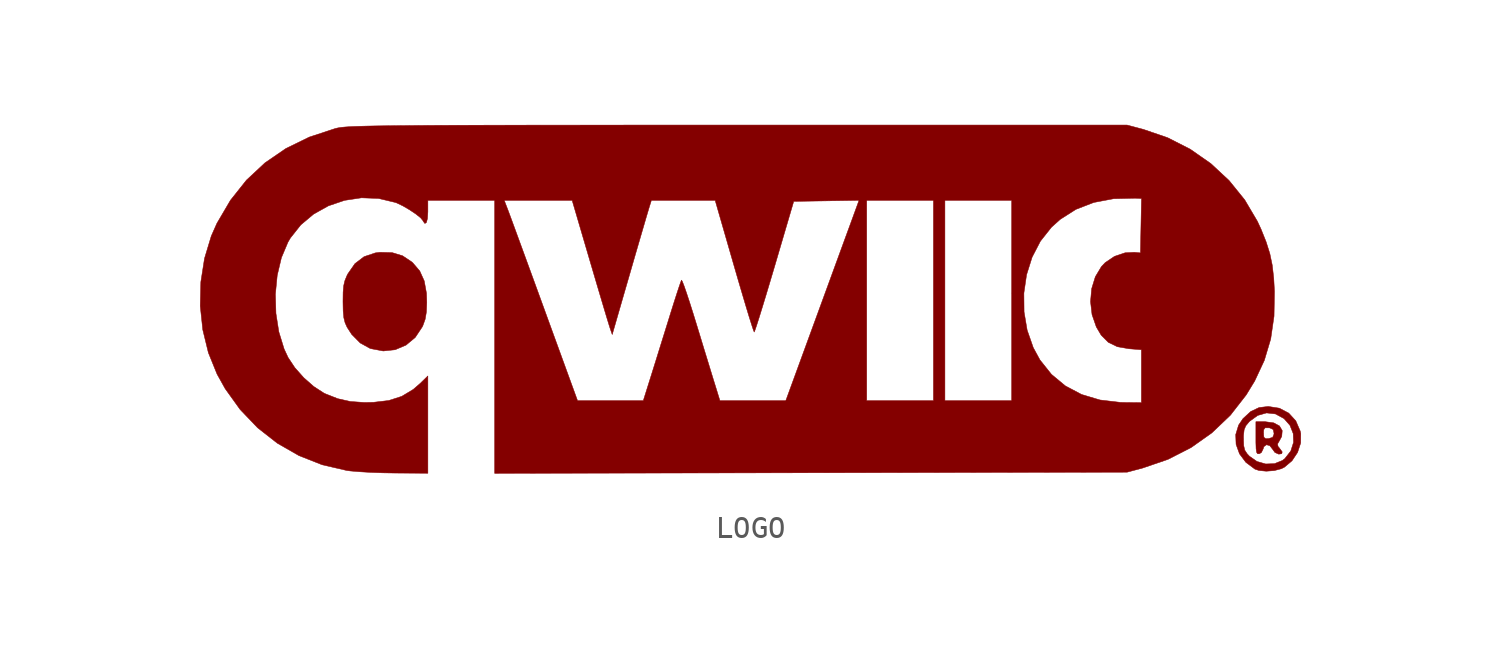
<source format=kicad_sym>
(kicad_symbol_lib
  (version 20210619)
  (generator bitmap2component)
  (symbol "LOGO"
    (pin_names
      (offset 1.016))
    (property "Reference" "#G"
      (at 0 7.324 0)
      (effects (font (size 1.27 1.27)) hide))
    (symbol "LOGO_0_0"
      (polyline (pts (xy 16.722 -7.658) (xy 17.426 -7.47) (xy 17.428 -7.469) (xy 18.537 -7.089) (xy 19.559 -6.567) (xy 20.485 -5.912) (xy 21.305 -5.13) (xy 22.008 -4.228) (xy 22.384 -3.612) (xy 22.811 -2.698) (xy 23.095 -1.748) (xy 23.242 -0.735) (xy 23.261 0.369) (xy 23.229 0.949) (xy 23.164 1.525) (xy 23.056 2.042) (xy 22.893 2.559) (xy 22.663 3.133) (xy 22.503 3.478) (xy 21.942 4.427) (xy 21.248 5.285) (xy 20.437 6.039) (xy 19.522 6.677) (xy 18.519 7.187) (xy 17.441 7.556) (xy 16.722 7.747) (xy -0.55 7.747) (xy -2.533 7.747) (xy -4.393 7.747) (xy -6.098 7.746) (xy -7.654 7.745) (xy -9.069 7.744) (xy -10.349 7.743) (xy -11.503 7.741) (xy -12.536 7.739) (xy -13.456 7.736) (xy -14.27 7.732) (xy -14.984 7.727) (xy -15.607 7.722) (xy -16.145 7.716) (xy -16.604 7.71) (xy -16.993 7.702) (xy -17.318 7.693) (xy -17.586 7.684) (xy -17.804 7.673) (xy -17.979 7.661) (xy -18.119 7.648) (xy -18.229 7.633) (xy -18.318 7.617) (xy -18.393 7.6) (xy -18.42 7.593) (xy -19.568 7.215) (xy -20.607 6.708) (xy -21.537 6.071) (xy -22.358 5.305) (xy -23.069 4.41) (xy -23.671 3.385) (xy -23.921 2.82) (xy -24.221 1.827) (xy -24.384 0.784) (xy -24.41 -0.281) (xy -24.298 -1.337) (xy -24.049 -2.356) (xy -23.663 -3.308) (xy -23.303 -3.954) (xy -22.639 -4.878) (xy -21.864 -5.688) (xy -20.991 -6.372) (xy -20.032 -6.922) (xy -19.001 -7.329) (xy -17.91 -7.582) (xy -17.744 -7.604) (xy -17.346 -7.638) (xy -16.853 -7.667) (xy -16.312 -7.687) (xy -15.769 -7.696) (xy -14.309 -7.705) (xy -14.309 -3.387) (xy -14.655 -3.723) (xy -14.958 -3.985) (xy -15.466 -4.291) (xy -16.043 -4.477) (xy -16.726 -4.557) (xy -17.122 -4.565) (xy -17.748 -4.521) (xy -18.31 -4.395) (xy -18.866 -4.175) (xy -18.929 -4.144) (xy -19.371 -3.857) (xy -19.816 -3.466) (xy -20.213 -3.02) (xy -20.513 -2.567) (xy -20.689 -2.188) (xy -20.922 -1.432) (xy -21.051 -0.609) (xy -21.075 0.241) (xy -20.994 1.077) (xy -20.808 1.861) (xy -20.517 2.551) (xy -20.409 2.736) (xy -19.948 3.317) (xy -19.377 3.796) (xy -18.721 4.162) (xy -18.005 4.405) (xy -17.254 4.518) (xy -16.493 4.489) (xy -15.748 4.311) (xy -15.681 4.286) (xy -15.413 4.157) (xy -15.119 3.985) (xy -14.845 3.801) (xy -14.634 3.633) (xy -14.531 3.511) (xy -14.521 3.485) (xy -14.442 3.378) (xy -14.374 3.422) (xy -14.327 3.6) (xy -14.309 3.895) (xy -14.309 4.403) (xy -11.345 4.403) (xy -10.919 4.403) (xy -7.905 4.403) (xy -7.115 1.714) (xy -6.997 1.314) (xy -6.809 0.677) (xy -6.636 0.095) (xy -6.485 -0.412) (xy -6.362 -0.822) (xy -6.273 -1.112) (xy -6.226 -1.262) (xy -6.127 -1.55) (xy -5.995 -1.093) (xy -5.88 -0.694) (xy -5.602 0.268) (xy -5.346 1.151) (xy -5.117 1.944) (xy -4.916 2.634) (xy -4.748 3.209) (xy -4.617 3.658) (xy -4.525 3.968) (xy -4.477 4.128) (xy -4.39 4.403) (xy -1.559 4.403) (xy -0.716 1.483) (xy -0.529 0.839) (xy -0.346 0.219) (xy -0.183 -0.329) (xy -0.044 -0.787) (xy 0.066 -1.136) (xy 0.14 -1.36) (xy 0.173 -1.438) (xy 0.204 -1.369) (xy 0.277 -1.155) (xy 0.386 -0.814) (xy 0.526 -0.363) (xy 0.691 0.178) (xy 0.875 0.792) (xy 1.074 1.46) (xy 1.927 4.36) (xy 3.376 4.383) (xy 4.826 4.407) (xy 4.824 4.403) (xy 5.165 4.403) (xy 8.128 4.403) (xy 8.636 4.403) (xy 11.599 4.403) (xy 11.599 0.288) (xy 12.141 0.288) (xy 12.261 1.105) (xy 12.506 1.883) (xy 12.875 2.594) (xy 13.364 3.211) (xy 13.756 3.563) (xy 14.454 4.007) (xy 15.245 4.312) (xy 16.123 4.478) (xy 17.084 4.501) (xy 17.361 4.487) (xy 17.314 2.074) (xy 17.044 2.1) (xy 16.631 2.078) (xy 16.163 1.92) (xy 15.748 1.641) (xy 15.581 1.464) (xy 15.312 1.015) (xy 15.149 0.485) (xy 15.099 -0.088) (xy 15.166 -0.666) (xy 15.355 -1.211) (xy 15.572 -1.578) (xy 15.887 -1.895) (xy 16.287 -2.089) (xy 16.804 -2.18) (xy 17.357 -2.224) (xy 17.357 -4.572) (xy 16.616 -4.565) (xy 16.424 -4.56) (xy 15.518 -4.453) (xy 14.702 -4.209) (xy 13.983 -3.829) (xy 13.366 -3.317) (xy 12.854 -2.676) (xy 12.557 -2.13) (xy 12.287 -1.357) (xy 12.149 -0.542) (xy 12.141 0.288) (xy 11.599 0.288) (xy 11.599 -4.487) (xy 8.636 -4.487) (xy 8.636 4.403) (xy 8.128 4.403) (xy 8.128 -4.487) (xy 5.165 -4.487) (xy 5.165 4.403) (xy 4.824 4.403) (xy 4.585 3.748) (xy 4.521 3.572) (xy 4.398 3.236) (xy 4.229 2.776) (xy 4.023 2.212) (xy 3.786 1.564) (xy 3.525 0.85) (xy 3.247 0.089) (xy 2.959 -0.699) (xy 1.574 -4.487) (xy -1.347 -4.487) (xy -1.589 -3.704) (xy -1.623 -3.596) (xy -1.736 -3.227) (xy -1.883 -2.747) (xy -2.054 -2.191) (xy -2.235 -1.596) (xy -2.418 -0.998) (xy -2.531 -0.631) (xy -2.688 -0.136) (xy -2.826 0.283) (xy -2.937 0.604) (xy -3.015 0.804) (xy -3.052 0.865) (xy -3.085 0.788) (xy -3.16 0.571) (xy -3.268 0.244) (xy -3.4 -0.167) (xy -3.547 -0.635) (xy -3.62 -0.871) (xy -3.813 -1.491) (xy -4.016 -2.142) (xy -4.208 -2.76) (xy -4.371 -3.281) (xy -4.75 -4.487) (xy -7.665 -4.487) (xy -9.137 -0.445) (xy -9.193 -0.29) (xy -9.483 0.506) (xy -9.759 1.262) (xy -10.014 1.96) (xy -10.243 2.585) (xy -10.438 3.118) (xy -10.594 3.543) (xy -10.705 3.843) (xy -10.764 4) (xy -10.919 4.403) (xy -11.345 4.403) (xy -11.345 -7.709) (xy 16.722 -7.658)) (stroke (width 0.01)) (fill (type outline)))
      (polyline (pts (xy 23.253 -7.587) (xy 23.565 -7.505) (xy 23.706 -7.434) (xy 24.038 -7.154) (xy 24.287 -6.781) (xy 24.425 -6.361) (xy 24.428 -5.942) (xy 24.403 -5.83) (xy 24.208 -5.379) (xy 23.894 -5.036) (xy 23.48 -4.818) (xy 22.986 -4.741) (xy 22.577 -4.79) (xy 22.21 -4.963) (xy 21.865 -5.28) (xy 21.67 -5.569) (xy 21.542 -5.989) (xy 21.549 -6.185) (xy 21.886 -6.185) (xy 21.889 -6.014) (xy 21.916 -5.771) (xy 21.991 -5.596) (xy 22.137 -5.422) (xy 22.163 -5.396) (xy 22.519 -5.139) (xy 22.91 -5.028) (xy 23.301 -5.072) (xy 23.308 -5.074) (xy 23.686 -5.28) (xy 23.95 -5.581) (xy 24.093 -5.944) (xy 24.108 -6.335) (xy 23.986 -6.717) (xy 23.721 -7.056) (xy 23.615 -7.138) (xy 23.264 -7.279) (xy 22.872 -7.293) (xy 22.485 -7.182) (xy 22.15 -6.949) (xy 22.048 -6.84) (xy 21.943 -6.68) (xy 21.897 -6.483) (xy 21.886 -6.185) (xy 21.549 -6.185) (xy 21.558 -6.424) (xy 21.71 -6.844) (xy 21.991 -7.22) (xy 22.394 -7.522) (xy 22.572 -7.582) (xy 22.898 -7.614) (xy 23.253 -7.587)) (stroke (width 0.01)) (fill (type outline)))
      (polyline (pts (xy -15.761 -2.224) (xy -15.28 -2.02) (xy -14.87 -1.679) (xy -14.557 -1.209) (xy -14.53 -1.152) (xy -14.428 -0.868) (xy -14.374 -0.548) (xy -14.357 -0.127) (xy -14.37 0.28) (xy -14.469 0.827) (xy -14.669 1.271) (xy -14.98 1.635) (xy -15.019 1.67) (xy -15.432 1.946) (xy -15.89 2.085) (xy -16.435 2.1) (xy -16.641 2.074) (xy -17.138 1.907) (xy -17.545 1.597) (xy -17.86 1.144) (xy -17.904 1.056) (xy -17.993 0.838) (xy -18.046 0.611) (xy -18.07 0.322) (xy -18.075 -0.083) (xy -18.075 -0.094) (xy -18.067 -0.508) (xy -18.039 -0.802) (xy -17.983 -1.026) (xy -17.892 -1.228) (xy -17.687 -1.545) (xy -17.312 -1.923) (xy -16.879 -2.162) (xy -16.842 -2.175) (xy -16.29 -2.279) (xy -15.761 -2.224)) (stroke (width 0.01)) (fill (type outline)))
      (polyline (pts (xy 23.584 -6.838) (xy 23.605 -6.757) (xy 23.487 -6.595) (xy 23.419 -6.512) (xy 23.399 -6.404) (xy 23.487 -6.252) (xy 23.584 -6.07) (xy 23.606 -5.813) (xy 23.484 -5.606) (xy 23.23 -5.469) (xy 22.86 -5.419) (xy 22.437 -5.419) (xy 22.437 -5.927) (xy 22.775 -5.927) (xy 22.784 -5.773) (xy 22.846 -5.688) (xy 23.008 -5.688) (xy 23.06 -5.696) (xy 23.204 -5.764) (xy 23.241 -5.927) (xy 23.239 -5.974) (xy 23.183 -6.111) (xy 23.008 -6.165) (xy 22.872 -6.171) (xy 22.792 -6.109) (xy 22.775 -5.927) (xy 22.437 -5.927) (xy 22.437 -6.145) (xy 22.437 -6.336) (xy 22.446 -6.616) (xy 22.469 -6.774) (xy 22.513 -6.839) (xy 22.585 -6.842) (xy 22.681 -6.786) (xy 22.76 -6.624) (xy 22.792 -6.524) (xy 22.908 -6.44) (xy 23.055 -6.482) (xy 23.183 -6.646) (xy 23.282 -6.783) (xy 23.451 -6.858) (xy 23.584 -6.838)) (stroke (width 0.01)) (fill (type outline))))))
</source>
